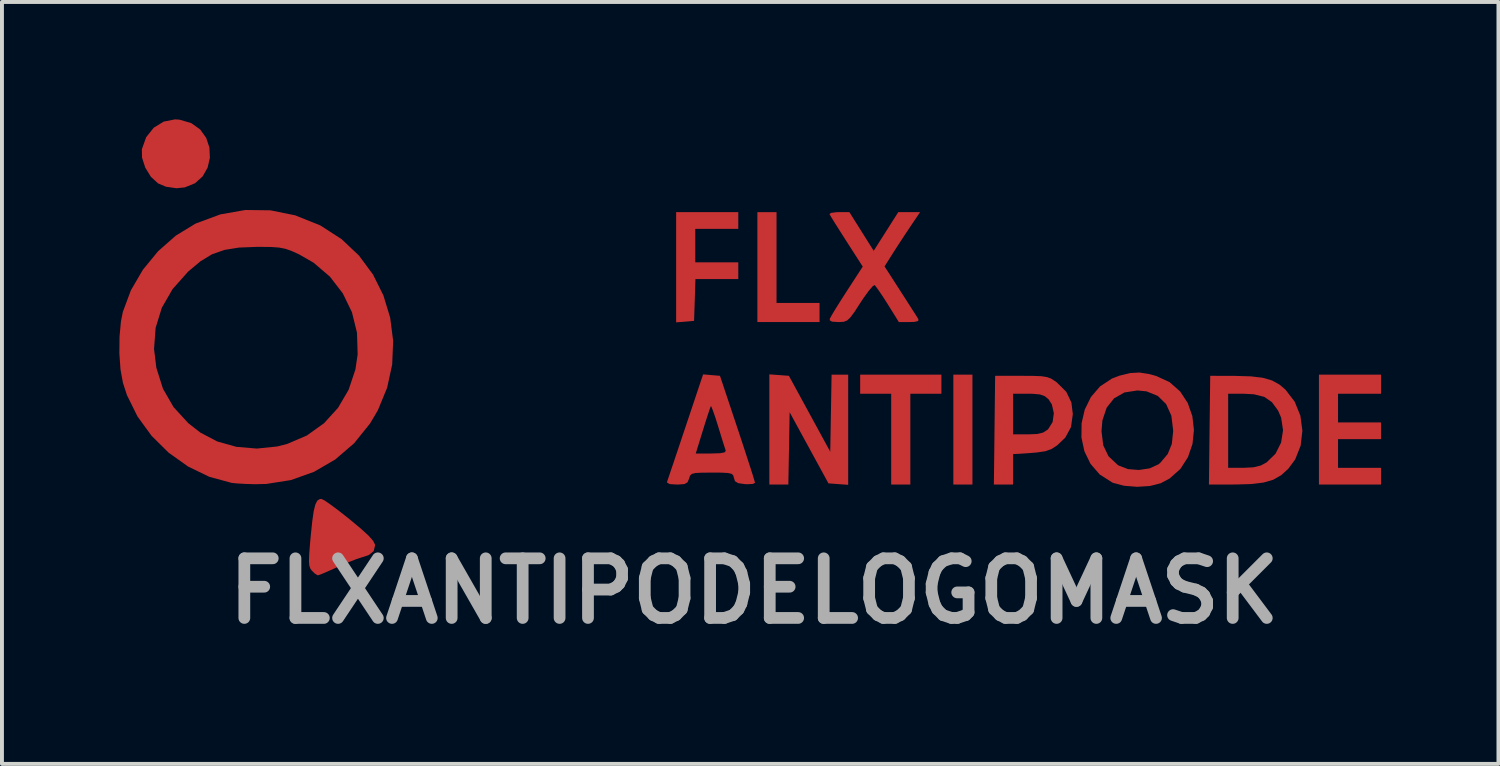
<source format=kicad_pcb>
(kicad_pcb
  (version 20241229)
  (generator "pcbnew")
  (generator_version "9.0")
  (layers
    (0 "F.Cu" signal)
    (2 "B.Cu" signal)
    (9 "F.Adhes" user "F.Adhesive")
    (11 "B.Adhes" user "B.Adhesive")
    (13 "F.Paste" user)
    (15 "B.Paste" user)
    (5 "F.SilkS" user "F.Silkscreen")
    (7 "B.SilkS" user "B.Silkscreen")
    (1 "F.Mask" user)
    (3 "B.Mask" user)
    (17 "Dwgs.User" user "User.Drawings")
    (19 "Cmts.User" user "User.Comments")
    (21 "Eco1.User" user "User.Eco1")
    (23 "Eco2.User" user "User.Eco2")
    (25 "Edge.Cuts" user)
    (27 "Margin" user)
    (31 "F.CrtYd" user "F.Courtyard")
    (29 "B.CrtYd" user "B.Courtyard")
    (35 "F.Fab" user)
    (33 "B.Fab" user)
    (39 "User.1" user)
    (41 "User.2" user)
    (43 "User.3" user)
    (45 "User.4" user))
  (footprint "FLXANTIPODELOGOMASK"
    (layer "F.Cu")
    (at 16.12 5.851)
    (property "Reference" "FLXANTIPODELOGOMASK" (at 0.1 6.2 0) (layer "F.Fab") (effects (font (size 1.524 1.524) (thickness 0.3))))
    (attr board_only exclude_from_pos_files exclude_from_bom)
    (fp_poly (pts (xy 5.678 3.48) (xy 5.19 3.48) (xy 5.19 0.672) (xy 5.678 0.672)) (stroke (width 0) (type solid)) (fill yes) (layer "F.Cu"))
    (fp_poly (pts (xy 0.672 -1.16) (xy 1.771 -1.16) (xy 1.771 -0.672) (xy 0.183 -0.672) (xy 0.183 -3.48) (xy 0.672 -3.48)) (stroke (width 0) (type solid)) (fill yes) (layer "F.Cu"))
    (fp_poly (pts (xy 4.885 1.16) (xy 4.091 1.16) (xy 4.091 3.48) (xy 3.602 3.48) (xy 3.602 1.16) (xy 2.809 1.16) (xy 2.809 0.672) (xy 4.885 0.672)) (stroke (width 0) (type solid)) (fill yes) (layer "F.Cu"))
    (fp_poly (pts (xy -0.305 -3.053) (xy -1.404 -3.053) (xy -1.404 -2.198) (xy -0.305 -2.198) (xy -0.305 -1.771) (xy -1.4 -1.771) (xy -1.417 -1.236) (xy -1.435 -0.702) (xy -1.664 -0.683) (xy -1.893 -0.664) (xy -1.893 -3.48) (xy -0.305 -3.48)) (stroke (width 0) (type solid)) (fill yes) (layer "F.Cu"))
    (fp_poly (pts (xy 16.119 1.16) (xy 15.02 1.16) (xy 15.02 1.893) (xy 16.119 1.893) (xy 16.119 2.32) (xy 15.02 2.32) (xy 15.02 3.053) (xy 16.119 3.053) (xy 16.119 3.48) (xy 14.532 3.48) (xy 14.532 0.672) (xy 16.119 0.672)) (stroke (width 0) (type solid)) (fill yes) (layer "F.Cu"))
    (fp_poly (pts (xy 0.738 0.683) (xy 0.988 0.702) (xy 2.045 2.642) (xy 2.062 1.657) (xy 2.079 0.672) (xy 2.503 0.672) (xy 2.503 3.487) (xy 2.251 3.469) (xy 1.999 3.45) (xy 1.503 2.541) (xy 1.007 1.632) (xy 0.991 2.556) (xy 0.974 3.48) (xy 0.488 3.48) (xy 0.488 0.665)) (stroke (width 0) (type solid)) (fill yes) (layer "F.Cu"))
    (fp_poly (pts (xy -14.582 -5.843) (xy -14.282 -5.755) (xy -14.056 -5.593) (xy -13.901 -5.378) (xy -13.819 -5.13) (xy -13.807 -4.87) (xy -13.865 -4.618) (xy -13.992 -4.394) (xy -14.186 -4.219) (xy -14.447 -4.113) (xy -14.661 -4.091) (xy -14.929 -4.13) (xy -15.131 -4.215) (xy -15.314 -4.383) (xy -15.458 -4.617) (xy -15.541 -4.874) (xy -15.545 -5.089) (xy -15.434 -5.396) (xy -15.242 -5.637) (xy -14.989 -5.793) (xy -14.697 -5.851)) (stroke (width 0) (type solid)) (fill yes) (layer "F.Cu"))
    (fp_poly (pts (xy -10.883 3.883) (xy -10.735 3.984) (xy -10.533 4.134) (xy -10.296 4.32) (xy -10.232 4.371) (xy -9.948 4.608) (xy -9.753 4.786) (xy -9.637 4.917) (xy -9.589 5.011) (xy -9.586 5.035) (xy -9.622 5.182) (xy -9.744 5.28) (xy -9.921 5.339) (xy -10.063 5.385) (xy -10.275 5.469) (xy -10.513 5.572) (xy -10.555 5.592) (xy -10.77 5.688) (xy -10.941 5.762) (xy -11.04 5.798) (xy -11.051 5.8) (xy -11.12 5.76) (xy -11.198 5.685) (xy -11.24 5.628) (xy -11.266 5.553) (xy -11.275 5.439) (xy -11.269 5.263) (xy -11.249 5.003) (xy -11.229 4.784) (xy -11.191 4.419) (xy -11.154 4.16) (xy -11.112 3.99) (xy -11.062 3.892) (xy -10.998 3.851) (xy -10.958 3.847)) (stroke (width 0) (type solid)) (fill yes) (layer "F.Cu"))
    (fp_poly (pts (xy 12.395 0.704) (xy 12.793 0.716) (xy 13.097 0.752) (xy 13.332 0.82) (xy 13.525 0.927) (xy 13.676 1.055) (xy 13.913 1.364) (xy 14.058 1.722) (xy 14.109 2.105) (xy 14.065 2.485) (xy 13.925 2.838) (xy 13.75 3.076) (xy 13.567 3.242) (xy 13.363 3.358) (xy 13.113 3.43) (xy 12.791 3.468) (xy 12.409 3.479) (xy 11.721 3.48) (xy 11.726 3.053) (xy 12.212 3.053) (xy 12.599 3.053) (xy 12.859 3.04) (xy 13.046 2.994) (xy 13.195 2.914) (xy 13.422 2.693) (xy 13.565 2.409) (xy 13.615 2.092) (xy 13.566 1.771) (xy 13.488 1.59) (xy 13.331 1.375) (xy 13.135 1.24) (xy 12.872 1.174) (xy 12.614 1.16) (xy 12.212 1.16) (xy 12.212 3.053) (xy 11.726 3.053) (xy 11.737 2.091) (xy 11.754 0.702)) (stroke (width 0) (type solid)) (fill yes) (layer "F.Cu"))
    (fp_poly (pts (xy 7.234 0.704) (xy 7.439 0.712) (xy 7.581 0.734) (xy 7.686 0.772) (xy 7.784 0.835) (xy 7.836 0.873) (xy 8.076 1.111) (xy 8.207 1.385) (xy 8.243 1.679) (xy 8.197 2.01) (xy 8.051 2.281) (xy 7.843 2.479) (xy 7.699 2.572) (xy 7.54 2.629) (xy 7.324 2.661) (xy 7.172 2.673) (xy 6.716 2.703) (xy 6.716 3.48) (xy 6.226 3.48) (xy 6.241 2.198) (xy 6.716 2.198) (xy 7.094 2.198) (xy 7.328 2.189) (xy 7.482 2.153) (xy 7.595 2.081) (xy 7.613 2.065) (xy 7.727 1.883) (xy 7.758 1.656) (xy 7.707 1.432) (xy 7.622 1.301) (xy 7.525 1.221) (xy 7.404 1.178) (xy 7.219 1.161) (xy 7.103 1.16) (xy 6.716 1.16) (xy 6.716 2.198) (xy 6.241 2.198) (xy 6.242 2.091) (xy 6.258 0.702) (xy 6.935 0.702)) (stroke (width 0) (type solid)) (fill yes) (layer "F.Cu"))
    (fp_poly (pts (xy 4.103 -3.129) (xy 3.937 -2.88) (xy 3.758 -2.606) (xy 3.649 -2.436) (xy 3.432 -2.094) (xy 3.841 -1.459) (xy 4.002 -1.209) (xy 4.141 -0.991) (xy 4.244 -0.831) (xy 4.295 -0.749) (xy 4.296 -0.748) (xy 4.293 -0.699) (xy 4.195 -0.676) (xy 4.07 -0.672) (xy 3.798 -0.672) (xy 3.514 -1.128) (xy 3.38 -1.337) (xy 3.267 -1.503) (xy 3.193 -1.602) (xy 3.177 -1.617) (xy 3.125 -1.583) (xy 3.025 -1.465) (xy 2.895 -1.285) (xy 2.812 -1.16) (xy 2.665 -0.933) (xy 2.56 -0.791) (xy 2.476 -0.712) (xy 2.39 -0.679) (xy 2.281 -0.672) (xy 2.25 -0.672) (xy 2.091 -0.682) (xy 2.031 -0.717) (xy 2.036 -0.76) (xy 2.081 -0.844) (xy 2.179 -1.007) (xy 2.315 -1.224) (xy 2.472 -1.469) (xy 2.875 -2.089) (xy 2.46 -2.735) (xy 2.301 -2.985) (xy 2.166 -3.198) (xy 2.07 -3.353) (xy 2.026 -3.429) (xy 2.025 -3.431) (xy 2.066 -3.461) (xy 2.195 -3.478) (xy 2.269 -3.48) (xy 2.534 -3.48) (xy 3.155 -2.492) (xy 3.783 -3.48) (xy 4.34 -3.48)) (stroke (width 0) (type solid)) (fill yes) (layer "F.Cu"))
    (fp_poly (pts (xy 10.196 0.657) (xy 10.372 0.706) (xy 10.716 0.864) (xy 10.985 1.101) (xy 11.179 1.396) (xy 11.297 1.731) (xy 11.338 2.087) (xy 11.301 2.443) (xy 11.185 2.781) (xy 10.991 3.082) (xy 10.716 3.326) (xy 10.489 3.447) (xy 10.215 3.517) (xy 9.884 3.538) (xy 9.551 3.511) (xy 9.272 3.437) (xy 9.25 3.427) (xy 8.93 3.223) (xy 8.694 2.949) (xy 8.538 2.627) (xy 8.463 2.276) (xy 8.465 2.119) (xy 8.976 2.119) (xy 9.02 2.477) (xy 9.155 2.758) (xy 9.387 2.976) (xy 9.418 2.996) (xy 9.653 3.086) (xy 9.931 3.108) (xy 10.206 3.067) (xy 10.431 2.964) (xy 10.476 2.927) (xy 10.668 2.701) (xy 10.773 2.444) (xy 10.807 2.118) (xy 10.807 2.093) (xy 10.761 1.721) (xy 10.628 1.426) (xy 10.415 1.216) (xy 10.127 1.099) (xy 9.895 1.076) (xy 9.562 1.127) (xy 9.298 1.277) (xy 9.108 1.516) (xy 8.999 1.839) (xy 8.976 2.119) (xy 8.465 2.119) (xy 8.467 1.915) (xy 8.548 1.565) (xy 8.706 1.244) (xy 8.938 0.973) (xy 9.244 0.771) (xy 9.429 0.7) (xy 9.708 0.632) (xy 9.944 0.618)) (stroke (width 0) (type solid)) (fill yes) (layer "F.Cu"))
    (fp_poly (pts (xy -0.988 0.684) (xy -0.773 0.702) (xy -0.325 2.044) (xy -0.198 2.428) (xy -0.085 2.774) (xy 0.009 3.064) (xy 0.078 3.281) (xy 0.116 3.41) (xy 0.122 3.437) (xy 0.068 3.464) (xy -0.068 3.472) (xy -0.137 3.469) (xy -0.307 3.445) (xy -0.389 3.395) (xy -0.416 3.312) (xy -0.433 3.247) (xy -0.476 3.206) (xy -0.57 3.185) (xy -0.74 3.176) (xy -0.98 3.175) (xy -1.239 3.177) (xy -1.402 3.186) (xy -1.493 3.209) (xy -1.538 3.254) (xy -1.562 3.325) (xy -1.562 3.328) (xy -1.602 3.423) (xy -1.68 3.468) (xy -1.836 3.48) (xy -1.875 3.48) (xy -2.054 3.469) (xy -2.124 3.431) (xy -2.123 3.404) (xy -2.096 3.326) (xy -2.037 3.15) (xy -1.95 2.893) (xy -1.881 2.687) (xy -1.392 2.687) (xy -0.995 2.687) (xy -0.77 2.68) (xy -0.652 2.657) (xy -0.625 2.616) (xy -0.627 2.61) (xy -0.656 2.521) (xy -0.712 2.345) (xy -0.783 2.114) (xy -0.82 1.993) (xy -0.893 1.761) (xy -0.955 1.584) (xy -0.995 1.486) (xy -1.005 1.474) (xy -1.03 1.538) (xy -1.082 1.693) (xy -1.153 1.913) (xy -1.208 2.091) (xy -1.392 2.687) (xy -1.881 2.687) (xy -1.842 2.572) (xy -1.72 2.206) (xy -1.649 1.996) (xy -1.204 0.665)) (stroke (width 0) (type solid)) (fill yes) (layer "F.Cu"))
    (fp_poly (pts (xy -12.262 -3.527) (xy -11.629 -3.399) (xy -11.011 -3.152) (xy -10.966 -3.129) (xy -10.439 -2.788) (xy -9.996 -2.369) (xy -9.639 -1.886) (xy -9.373 -1.352) (xy -9.2 -0.782) (xy -9.124 -0.19) (xy -9.149 0.412) (xy -9.278 1.007) (xy -9.515 1.583) (xy -9.715 1.921) (xy -10.122 2.426) (xy -10.604 2.84) (xy -11.146 3.155) (xy -11.737 3.366) (xy -12.365 3.465) (xy -12.657 3.472) (xy -12.9 3.464) (xy -13.113 3.452) (xy -13.25 3.438) (xy -13.82 3.283) (xy -14.362 3.021) (xy -14.86 2.667) (xy -15.297 2.235) (xy -15.657 1.74) (xy -15.926 1.196) (xy -16.029 0.88) (xy -16.091 0.538) (xy -16.12 0.129) (xy -16.119 0.015) (xy -15.234 0.015) (xy -15.175 0.497) (xy -15.006 1.032) (xy -14.735 1.502) (xy -14.358 1.913) (xy -14.05 2.153) (xy -13.618 2.38) (xy -13.128 2.517) (xy -12.607 2.561) (xy -12.085 2.507) (xy -11.833 2.443) (xy -11.329 2.227) (xy -10.892 1.915) (xy -10.533 1.521) (xy -10.262 1.059) (xy -10.088 0.54) (xy -10.031 0.153) (xy -10.048 -0.399) (xy -10.177 -0.923) (xy -10.411 -1.406) (xy -10.74 -1.832) (xy -11.155 -2.187) (xy -11.525 -2.4) (xy -11.717 -2.487) (xy -11.875 -2.543) (xy -12.038 -2.575) (xy -12.239 -2.59) (xy -12.517 -2.593) (xy -12.608 -2.593) (xy -13.065 -2.575) (xy -13.436 -2.515) (xy -13.753 -2.403) (xy -14.047 -2.225) (xy -14.351 -1.971) (xy -14.371 -1.952) (xy -14.76 -1.514) (xy -15.035 -1.038) (xy -15.193 -0.526) (xy -15.234 0.015) (xy -16.119 0.015) (xy -16.116 -0.297) (xy -16.079 -0.691) (xy -16.031 -0.932) (xy -15.825 -1.484) (xy -15.519 -2.008) (xy -15.131 -2.481) (xy -14.679 -2.879) (xy -14.183 -3.182) (xy -14.165 -3.191) (xy -13.539 -3.423) (xy -12.901 -3.535)) (stroke (width 0) (type solid)) (fill yes) (layer "F.Cu"))
    (fp_poly (pts (xy 5.678 3.479) (xy 5.19 3.479) (xy 5.19 0.67) (xy 5.678 0.67)) (stroke (width 0) (type solid)) (fill yes) (layer "F.Mask"))
    (fp_poly (pts (xy 0.664 -1.165) (xy 1.763 -1.165) (xy 1.763 -0.676) (xy 0.176 -0.676) (xy 0.176 -3.485) (xy 0.664 -3.485)) (stroke (width 0) (type solid)) (fill yes) (layer "F.Mask"))
    (fp_poly (pts (xy 4.884 1.16) (xy 4.091 1.16) (xy 4.091 3.48) (xy 3.602 3.48) (xy 3.602 1.16) (xy 2.809 1.16) (xy 2.809 0.672) (xy 4.884 0.672)) (stroke (width 0) (type solid)) (fill yes) (layer "F.Mask"))
    (fp_poly (pts (xy -0.305 -3.053) (xy -1.404 -3.053) (xy -1.404 -2.198) (xy -0.305 -2.198) (xy -0.305 -1.771) (xy -1.4 -1.771) (xy -1.417 -1.236) (xy -1.435 -0.702) (xy -1.664 -0.683) (xy -1.893 -0.664) (xy -1.893 -3.48) (xy -0.305 -3.48)) (stroke (width 0) (type solid)) (fill yes) (layer "F.Mask"))
    (fp_poly (pts (xy 16.119 1.16) (xy 15.02 1.16) (xy 15.02 1.893) (xy 16.119 1.893) (xy 16.119 2.32) (xy 15.02 2.32) (xy 15.02 3.053) (xy 16.119 3.053) (xy 16.119 3.48) (xy 14.532 3.48) (xy 14.532 0.672) (xy 16.119 0.672)) (stroke (width 0) (type solid)) (fill yes) (layer "F.Mask"))
    (fp_poly (pts (xy 0.735 0.679) (xy 0.984 0.697) (xy 2.042 2.638) (xy 2.059 1.652) (xy 2.075 0.667) (xy 2.5 0.667) (xy 2.5 3.483) (xy 2.248 3.464) (xy 1.996 3.445) (xy 1.5 2.536) (xy 1.004 1.627) (xy 0.987 2.551) (xy 0.97 3.476) (xy 0.485 3.476) (xy 0.485 0.66)) (stroke (width 0) (type solid)) (fill yes) (layer "F.Mask"))
    (fp_poly (pts (xy -14.582 -5.843) (xy -14.282 -5.755) (xy -14.056 -5.593) (xy -13.901 -5.378) (xy -13.819 -5.13) (xy -13.807 -4.87) (xy -13.865 -4.618) (xy -13.992 -4.394) (xy -14.186 -4.219) (xy -14.447 -4.113) (xy -14.661 -4.091) (xy -14.929 -4.13) (xy -15.131 -4.215) (xy -15.314 -4.383) (xy -15.458 -4.617) (xy -15.541 -4.874) (xy -15.545 -5.089) (xy -15.434 -5.396) (xy -15.242 -5.637) (xy -14.989 -5.793) (xy -14.697 -5.851)) (stroke (width 0) (type solid)) (fill yes) (layer "F.Mask"))
    (fp_poly (pts (xy -10.885 3.876) (xy -10.736 3.976) (xy -10.534 4.127) (xy -10.297 4.312) (xy -10.234 4.364) (xy -9.949 4.6) (xy -9.755 4.779) (xy -9.638 4.909) (xy -9.59 5.003) (xy -9.587 5.028) (xy -9.623 5.174) (xy -9.745 5.273) (xy -9.922 5.331) (xy -10.065 5.378) (xy -10.276 5.461) (xy -10.514 5.564) (xy -10.557 5.584) (xy -10.771 5.681) (xy -10.943 5.754) (xy -11.041 5.791) (xy -11.052 5.793) (xy -11.121 5.752) (xy -11.199 5.677) (xy -11.242 5.62) (xy -11.267 5.545) (xy -11.276 5.432) (xy -11.271 5.256) (xy -11.25 4.995) (xy -11.23 4.777) (xy -11.192 4.412) (xy -11.155 4.152) (xy -11.113 3.982) (xy -11.063 3.885) (xy -10.999 3.843) (xy -10.959 3.839)) (stroke (width 0) (type solid)) (fill yes) (layer "F.Mask"))
    (fp_poly (pts (xy 12.39 0.699) (xy 12.789 0.711) (xy 13.093 0.747) (xy 13.328 0.815) (xy 13.521 0.922) (xy 13.672 1.05) (xy 13.909 1.359) (xy 14.053 1.718) (xy 14.104 2.1) (xy 14.06 2.481) (xy 13.921 2.833) (xy 13.746 3.071) (xy 13.562 3.237) (xy 13.358 3.353) (xy 13.108 3.426) (xy 12.787 3.464) (xy 12.404 3.474) (xy 11.716 3.476) (xy 11.721 3.048) (xy 12.207 3.048) (xy 12.595 3.048) (xy 12.854 3.035) (xy 13.042 2.989) (xy 13.19 2.91) (xy 13.418 2.689) (xy 13.56 2.405) (xy 13.611 2.087) (xy 13.562 1.766) (xy 13.484 1.586) (xy 13.327 1.37) (xy 13.13 1.236) (xy 12.868 1.169) (xy 12.61 1.155) (xy 12.207 1.155) (xy 12.207 3.048) (xy 11.721 3.048) (xy 11.733 2.087) (xy 11.749 0.697)) (stroke (width 0) (type solid)) (fill yes) (layer "F.Mask"))
    (fp_poly (pts (xy 7.234 0.704) (xy 7.439 0.712) (xy 7.581 0.734) (xy 7.686 0.772) (xy 7.784 0.835) (xy 7.836 0.873) (xy 8.076 1.111) (xy 8.207 1.385) (xy 8.243 1.679) (xy 8.197 2.01) (xy 8.051 2.281) (xy 7.843 2.479) (xy 7.699 2.572) (xy 7.54 2.629) (xy 7.324 2.661) (xy 7.172 2.673) (xy 6.716 2.703) (xy 6.716 3.48) (xy 6.226 3.48) (xy 6.241 2.198) (xy 6.716 2.198) (xy 7.094 2.198) (xy 7.328 2.189) (xy 7.482 2.153) (xy 7.595 2.081) (xy 7.613 2.065) (xy 7.727 1.883) (xy 7.758 1.656) (xy 7.707 1.432) (xy 7.622 1.301) (xy 7.525 1.221) (xy 7.404 1.178) (xy 7.219 1.161) (xy 7.103 1.16) (xy 6.716 1.16) (xy 6.716 2.198) (xy 6.241 2.198) (xy 6.242 2.091) (xy 6.258 0.702) (xy 6.935 0.702)) (stroke (width 0) (type solid)) (fill yes) (layer "F.Mask"))
    (fp_poly (pts (xy 4.103 -3.129) (xy 3.937 -2.88) (xy 3.758 -2.606) (xy 3.649 -2.436) (xy 3.432 -2.094) (xy 3.841 -1.459) (xy 4.002 -1.209) (xy 4.141 -0.991) (xy 4.244 -0.831) (xy 4.295 -0.749) (xy 4.296 -0.748) (xy 4.293 -0.699) (xy 4.195 -0.676) (xy 4.07 -0.672) (xy 3.798 -0.672) (xy 3.514 -1.128) (xy 3.38 -1.337) (xy 3.267 -1.503) (xy 3.193 -1.602) (xy 3.177 -1.617) (xy 3.125 -1.583) (xy 3.025 -1.465) (xy 2.895 -1.285) (xy 2.812 -1.16) (xy 2.665 -0.933) (xy 2.56 -0.791) (xy 2.476 -0.712) (xy 2.39 -0.679) (xy 2.281 -0.672) (xy 2.25 -0.672) (xy 2.091 -0.682) (xy 2.031 -0.717) (xy 2.036 -0.76) (xy 2.081 -0.844) (xy 2.179 -1.007) (xy 2.315 -1.224) (xy 2.472 -1.469) (xy 2.875 -2.089) (xy 2.46 -2.735) (xy 2.301 -2.985) (xy 2.166 -3.198) (xy 2.07 -3.353) (xy 2.026 -3.429) (xy 2.025 -3.431) (xy 2.066 -3.461) (xy 2.195 -3.478) (xy 2.269 -3.48) (xy 2.534 -3.48) (xy 3.155 -2.492) (xy 3.783 -3.48) (xy 4.34 -3.48)) (stroke (width 0) (type solid)) (fill yes) (layer "F.Mask"))
    (fp_poly (pts (xy 10.196 0.657) (xy 10.372 0.706) (xy 10.716 0.864) (xy 10.985 1.101) (xy 11.179 1.396) (xy 11.297 1.731) (xy 11.338 2.087) (xy 11.301 2.443) (xy 11.185 2.781) (xy 10.991 3.082) (xy 10.716 3.326) (xy 10.489 3.447) (xy 10.215 3.517) (xy 9.884 3.538) (xy 9.551 3.511) (xy 9.272 3.437) (xy 9.25 3.427) (xy 8.93 3.223) (xy 8.694 2.949) (xy 8.538 2.627) (xy 8.463 2.276) (xy 8.465 2.119) (xy 8.976 2.119) (xy 9.02 2.477) (xy 9.155 2.758) (xy 9.387 2.976) (xy 9.418 2.996) (xy 9.653 3.086) (xy 9.931 3.108) (xy 10.206 3.067) (xy 10.431 2.964) (xy 10.476 2.927) (xy 10.668 2.701) (xy 10.773 2.444) (xy 10.807 2.118) (xy 10.807 2.093) (xy 10.761 1.721) (xy 10.628 1.426) (xy 10.415 1.216) (xy 10.127 1.099) (xy 9.895 1.076) (xy 9.562 1.127) (xy 9.298 1.277) (xy 9.108 1.516) (xy 8.999 1.839) (xy 8.976 2.119) (xy 8.465 2.119) (xy 8.467 1.915) (xy 8.548 1.565) (xy 8.706 1.244) (xy 8.938 0.973) (xy 9.244 0.771) (xy 9.429 0.7) (xy 9.708 0.632) (xy 9.944 0.618)) (stroke (width 0) (type solid)) (fill yes) (layer "F.Mask"))
    (fp_poly (pts (xy -0.988 0.684) (xy -0.773 0.702) (xy -0.325 2.044) (xy -0.198 2.428) (xy -0.085 2.774) (xy 0.009 3.064) (xy 0.078 3.281) (xy 0.116 3.41) (xy 0.122 3.437) (xy 0.068 3.464) (xy -0.068 3.472) (xy -0.137 3.469) (xy -0.307 3.445) (xy -0.389 3.395) (xy -0.416 3.312) (xy -0.433 3.247) (xy -0.476 3.206) (xy -0.57 3.185) (xy -0.74 3.176) (xy -0.98 3.175) (xy -1.239 3.177) (xy -1.402 3.186) (xy -1.493 3.209) (xy -1.538 3.254) (xy -1.562 3.325) (xy -1.562 3.328) (xy -1.602 3.423) (xy -1.68 3.468) (xy -1.836 3.48) (xy -1.875 3.48) (xy -2.054 3.469) (xy -2.124 3.431) (xy -2.123 3.404) (xy -2.096 3.326) (xy -2.037 3.15) (xy -1.95 2.893) (xy -1.881 2.687) (xy -1.392 2.687) (xy -0.995 2.687) (xy -0.77 2.68) (xy -0.652 2.657) (xy -0.625 2.616) (xy -0.627 2.61) (xy -0.656 2.521) (xy -0.712 2.345) (xy -0.783 2.114) (xy -0.82 1.993) (xy -0.893 1.761) (xy -0.955 1.584) (xy -0.995 1.486) (xy -1.005 1.474) (xy -1.03 1.538) (xy -1.082 1.693) (xy -1.153 1.913) (xy -1.208 2.091) (xy -1.392 2.687) (xy -1.881 2.687) (xy -1.842 2.572) (xy -1.72 2.206) (xy -1.649 1.996) (xy -1.204 0.665)) (stroke (width 0) (type solid)) (fill yes) (layer "F.Mask"))
    (fp_poly (pts (xy -12.262 -3.527) (xy -11.629 -3.399) (xy -11.011 -3.152) (xy -10.966 -3.129) (xy -10.439 -2.788) (xy -9.996 -2.369) (xy -9.639 -1.886) (xy -9.373 -1.352) (xy -9.2 -0.782) (xy -9.124 -0.19) (xy -9.149 0.412) (xy -9.278 1.007) (xy -9.515 1.583) (xy -9.715 1.921) (xy -10.122 2.426) (xy -10.604 2.84) (xy -11.146 3.155) (xy -11.737 3.366) (xy -12.365 3.465) (xy -12.657 3.472) (xy -12.9 3.464) (xy -13.113 3.452) (xy -13.25 3.438) (xy -13.82 3.283) (xy -14.362 3.021) (xy -14.86 2.667) (xy -15.297 2.235) (xy -15.657 1.74) (xy -15.926 1.196) (xy -16.029 0.88) (xy -16.091 0.538) (xy -16.12 0.129) (xy -16.119 0.015) (xy -15.234 0.015) (xy -15.175 0.497) (xy -15.006 1.032) (xy -14.735 1.502) (xy -14.358 1.913) (xy -14.05 2.153) (xy -13.618 2.38) (xy -13.128 2.517) (xy -12.607 2.561) (xy -12.085 2.507) (xy -11.833 2.443) (xy -11.329 2.227) (xy -10.892 1.915) (xy -10.533 1.521) (xy -10.262 1.059) (xy -10.088 0.54) (xy -10.031 0.153) (xy -10.048 -0.399) (xy -10.177 -0.923) (xy -10.411 -1.406) (xy -10.74 -1.832) (xy -11.155 -2.187) (xy -11.525 -2.4) (xy -11.717 -2.487) (xy -11.875 -2.543) (xy -12.038 -2.575) (xy -12.239 -2.59) (xy -12.517 -2.593) (xy -12.608 -2.593) (xy -13.065 -2.575) (xy -13.436 -2.515) (xy -13.753 -2.403) (xy -14.047 -2.225) (xy -14.351 -1.971) (xy -14.371 -1.952) (xy -14.76 -1.514) (xy -15.035 -1.038) (xy -15.193 -0.526) (xy -15.234 0.015) (xy -16.119 0.015) (xy -16.116 -0.297) (xy -16.079 -0.691) (xy -16.031 -0.932) (xy -15.825 -1.484) (xy -15.519 -2.008) (xy -15.131 -2.481) (xy -14.679 -2.879) (xy -14.183 -3.182) (xy -14.165 -3.191) (xy -13.539 -3.423) (xy -12.901 -3.535)) (stroke (width 0) (type solid)) (fill yes) (layer "F.Mask")))
  (gr_rect
    (start -3 -3)
    (end 35.239 16.469)
    (stroke (width 0.1) (type default))
    (fill no)
    (layer "Edge.Cuts")))
</source>
